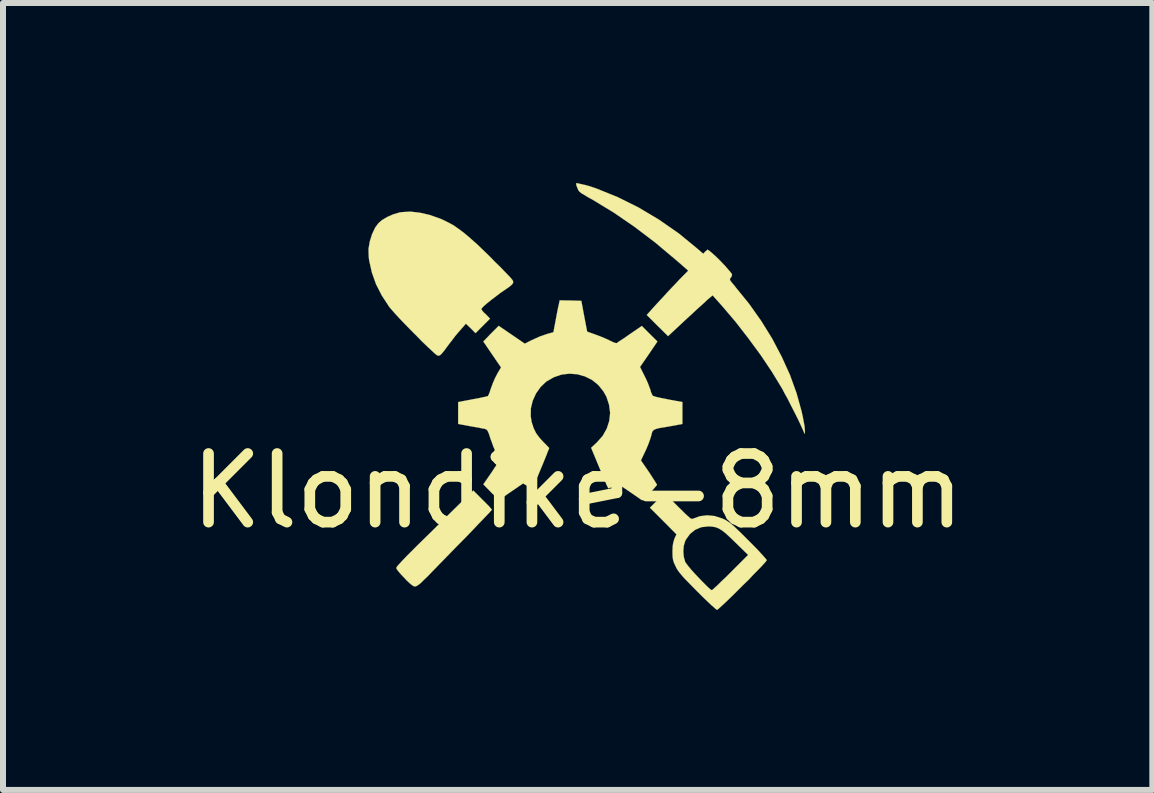
<source format=kicad_pcb>
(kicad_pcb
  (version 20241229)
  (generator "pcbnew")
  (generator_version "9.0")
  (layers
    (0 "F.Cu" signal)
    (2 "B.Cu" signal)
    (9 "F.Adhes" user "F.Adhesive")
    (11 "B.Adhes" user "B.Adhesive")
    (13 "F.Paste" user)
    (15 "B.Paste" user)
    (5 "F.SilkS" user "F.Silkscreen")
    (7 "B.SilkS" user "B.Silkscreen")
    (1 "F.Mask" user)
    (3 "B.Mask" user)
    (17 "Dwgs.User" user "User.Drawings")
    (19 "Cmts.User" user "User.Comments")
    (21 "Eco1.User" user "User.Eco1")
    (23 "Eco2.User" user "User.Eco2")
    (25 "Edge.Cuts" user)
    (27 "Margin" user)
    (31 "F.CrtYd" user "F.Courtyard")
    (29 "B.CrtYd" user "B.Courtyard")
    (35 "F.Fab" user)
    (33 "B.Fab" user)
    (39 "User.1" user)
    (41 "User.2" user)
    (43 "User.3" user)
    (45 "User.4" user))
  (footprint "Klondike-8mm"
    (layer "F.Cu")
    (at 6.725 3.58)
    (property "Reference" "Klondike-8mm" (at -0.15 1.55 0) (layer "F.SilkS") (effects (font (size 1.143 1.143) (thickness 0.178))))
    (attr smd)
    (fp_poly (pts (xy -1.577 1.862) (xy -1.59 1.875) (xy -1.618 1.908) (xy -1.666 1.958) (xy -1.727 2.022) (xy -1.801 2.098) (xy -1.882 2.184) (xy -1.948 2.253) (xy -2.052 2.36) (xy -2.162 2.471) (xy -2.271 2.583) (xy -2.375 2.69) (xy -2.469 2.786) (xy -2.55 2.87) (xy -2.568 2.888) (xy -2.649 2.972) (xy -2.715 3.035) (xy -2.764 3.084) (xy -2.802 3.114) (xy -2.83 3.132) (xy -2.847 3.139) (xy -2.857 3.142) (xy -2.883 3.137) (xy -2.911 3.119) (xy -2.951 3.086) (xy -3.005 3.035) (xy -3.035 3.002) (xy -3.089 2.946) (xy -3.132 2.896) (xy -3.162 2.857) (xy -3.172 2.835) (xy -3.162 2.812) (xy -3.129 2.774) (xy -3.078 2.718) (xy -3.012 2.649) (xy -2.934 2.57) (xy -2.863 2.499) (xy -2.776 2.413) (xy -2.675 2.314) (xy -2.565 2.207) (xy -2.456 2.098) (xy -2.347 1.991) (xy -2.294 1.938) (xy -1.89 1.542) (xy -1.735 1.697) (xy -1.679 1.753) (xy -1.631 1.801) (xy -1.598 1.839) (xy -1.58 1.859) (xy -1.577 1.862)) (stroke (width 0.003) (type solid)) (fill yes) (layer "F.SilkS"))
    (fp_poly (pts (xy -1.224 -1.938) (xy -1.227 -1.915) (xy -1.242 -1.892) (xy -1.275 -1.862) (xy -1.328 -1.824) (xy -1.374 -1.793) (xy -1.443 -1.745) (xy -1.516 -1.689) (xy -1.59 -1.633) (xy -1.656 -1.58) (xy -1.709 -1.534) (xy -1.737 -1.506) (xy -1.75 -1.488) (xy -1.753 -1.473) (xy -1.737 -1.45) (xy -1.707 -1.417) (xy -1.687 -1.4) (xy -1.61 -1.321) (xy -1.73 -1.201) (xy -1.852 -1.079) (xy -1.93 -1.158) (xy -2.012 -1.237) (xy -2.09 -1.148) (xy -2.136 -1.095) (xy -2.192 -1.029) (xy -2.245 -0.958) (xy -2.266 -0.932) (xy -2.327 -0.851) (xy -2.37 -0.792) (xy -2.403 -0.752) (xy -2.428 -0.724) (xy -2.446 -0.711) (xy -2.461 -0.704) (xy -2.474 -0.704) (xy -2.494 -0.711) (xy -2.53 -0.739) (xy -2.581 -0.787) (xy -2.652 -0.853) (xy -2.743 -0.94) (xy -2.852 -1.052) (xy -2.86 -1.059) (xy -2.951 -1.151) (xy -3.038 -1.24) (xy -3.117 -1.323) (xy -3.188 -1.4) (xy -3.241 -1.46) (xy -3.279 -1.504) (xy -3.289 -1.516) (xy -3.414 -1.707) (xy -3.51 -1.895) (xy -3.579 -2.09) (xy -3.625 -2.294) (xy -3.632 -2.36) (xy -3.635 -2.482) (xy -3.614 -2.606) (xy -3.576 -2.728) (xy -3.523 -2.84) (xy -3.47 -2.911) (xy -3.409 -2.964) (xy -3.322 -3.015) (xy -3.226 -3.058) (xy -3.122 -3.089) (xy -3.076 -3.096) (xy -2.936 -3.104) (xy -2.779 -3.086) (xy -2.614 -3.048) (xy -2.441 -2.987) (xy -2.385 -2.962) (xy -2.301 -2.921) (xy -2.217 -2.875) (xy -2.134 -2.817) (xy -2.042 -2.748) (xy -1.943 -2.664) (xy -1.831 -2.565) (xy -1.707 -2.446) (xy -1.615 -2.357) (xy -1.529 -2.268) (xy -1.445 -2.187) (xy -1.374 -2.113) (xy -1.313 -2.05) (xy -1.267 -2.002) (xy -1.242 -1.971) (xy -1.234 -1.961) (xy -1.224 -1.938)) (stroke (width 0.003) (type solid)) (fill yes) (layer "F.SilkS"))
    (fp_poly (pts (xy 3.637 0.569) (xy 3.632 0.594) (xy 3.627 0.597) (xy 3.627 0.594) (xy 3.619 0.569) (xy 3.599 0.523) (xy 3.569 0.457) (xy 3.531 0.376) (xy 3.487 0.287) (xy 3.439 0.193) (xy 3.391 0.099) (xy 3.345 0.008) (xy 3.299 -0.074) (xy 3.264 -0.142) (xy 3.249 -0.168) (xy 3.084 -0.439) (xy 2.896 -0.719) (xy 2.692 -0.996) (xy 2.482 -1.267) (xy 2.266 -1.521) (xy 2.189 -1.608) (xy 2.098 -1.709) (xy 2.045 -1.664) (xy 2.017 -1.641) (xy 1.974 -1.6) (xy 1.913 -1.544) (xy 1.839 -1.478) (xy 1.758 -1.402) (xy 1.671 -1.323) (xy 1.356 -1.029) (xy 1.179 -1.204) (xy 1.001 -1.382) (xy 1.044 -1.43) (xy 1.069 -1.458) (xy 1.11 -1.504) (xy 1.163 -1.562) (xy 1.224 -1.628) (xy 1.265 -1.671) (xy 1.336 -1.75) (xy 1.412 -1.831) (xy 1.486 -1.908) (xy 1.547 -1.974) (xy 1.567 -1.994) (xy 1.692 -2.121) (xy 1.491 -2.296) (xy 1.146 -2.586) (xy 0.798 -2.85) (xy 0.45 -3.089) (xy 0.091 -3.307) (xy 0.03 -3.34) (xy -0.038 -3.381) (xy -0.086 -3.409) (xy -0.117 -3.434) (xy -0.137 -3.457) (xy -0.15 -3.487) (xy -0.157 -3.505) (xy -0.173 -3.546) (xy -0.175 -3.574) (xy -0.173 -3.579) (xy -0.14 -3.574) (xy -0.086 -3.561) (xy -0.018 -3.546) (xy 0.053 -3.526) (xy 0.122 -3.503) (xy 0.16 -3.49) (xy 0.518 -3.345) (xy 0.866 -3.172) (xy 1.206 -2.969) (xy 1.534 -2.741) (xy 1.826 -2.502) (xy 1.941 -2.403) (xy 1.976 -2.438) (xy 2.014 -2.471) (xy 2.057 -2.441) (xy 2.093 -2.41) (xy 2.141 -2.367) (xy 2.197 -2.314) (xy 2.253 -2.256) (xy 2.309 -2.197) (xy 2.357 -2.141) (xy 2.395 -2.098) (xy 2.418 -2.065) (xy 2.423 -2.055) (xy 2.413 -2.019) (xy 2.398 -1.999) (xy 2.388 -1.986) (xy 2.388 -1.968) (xy 2.398 -1.948) (xy 2.426 -1.913) (xy 2.469 -1.862) (xy 2.484 -1.841) (xy 2.705 -1.57) (xy 2.908 -1.283) (xy 3.091 -0.988) (xy 3.251 -0.683) (xy 3.388 -0.381) (xy 3.498 -0.076) (xy 3.581 0.224) (xy 3.602 0.32) (xy 3.617 0.401) (xy 3.63 0.472) (xy 3.635 0.531) (xy 3.637 0.566) (xy 3.637 0.569)) (stroke (width 0.003) (type solid)) (fill yes) (layer "F.SilkS"))
    (fp_poly (pts (xy 3 2.705) (xy 2.99 2.72) (xy 2.959 2.756) (xy 2.913 2.807) (xy 2.852 2.87) (xy 2.781 2.941) (xy 2.705 3.023) (xy 2.69 3.038) (xy 2.69 2.616) (xy 2.479 2.41) (xy 2.39 2.324) (xy 2.319 2.258) (xy 2.258 2.21) (xy 2.205 2.177) (xy 2.154 2.156) (xy 2.103 2.146) (xy 2.047 2.141) (xy 2.024 2.141) (xy 1.91 2.154) (xy 1.808 2.197) (xy 1.722 2.266) (xy 1.656 2.357) (xy 1.641 2.385) (xy 1.618 2.464) (xy 1.61 2.558) (xy 1.618 2.649) (xy 1.641 2.731) (xy 1.659 2.758) (xy 1.694 2.804) (xy 1.74 2.86) (xy 1.798 2.924) (xy 1.857 2.987) (xy 1.918 3.051) (xy 1.976 3.109) (xy 2.024 3.157) (xy 2.062 3.19) (xy 2.083 3.203) (xy 2.085 3.203) (xy 2.101 3.193) (xy 2.134 3.162) (xy 2.184 3.117) (xy 2.245 3.056) (xy 2.319 2.987) (xy 2.395 2.911) (xy 2.69 2.616) (xy 2.69 3.038) (xy 2.621 3.104) (xy 2.537 3.188) (xy 2.456 3.269) (xy 2.38 3.343) (xy 2.309 3.411) (xy 2.25 3.465) (xy 2.207 3.505) (xy 2.179 3.528) (xy 2.172 3.531) (xy 2.154 3.52) (xy 2.121 3.49) (xy 2.068 3.444) (xy 2.004 3.383) (xy 1.93 3.312) (xy 1.849 3.231) (xy 1.841 3.223) (xy 1.748 3.129) (xy 1.674 3.053) (xy 1.615 2.992) (xy 1.572 2.941) (xy 1.539 2.901) (xy 1.514 2.865) (xy 1.494 2.832) (xy 1.481 2.804) (xy 1.455 2.748) (xy 1.44 2.703) (xy 1.433 2.654) (xy 1.43 2.593) (xy 1.43 2.555) (xy 1.433 2.471) (xy 1.443 2.41) (xy 1.458 2.36) (xy 1.463 2.344) (xy 1.496 2.273) (xy 1.275 2.05) (xy 1.054 1.829) (xy 1.176 1.707) (xy 1.298 1.587) (xy 1.519 1.808) (xy 1.595 1.882) (xy 1.651 1.938) (xy 1.694 1.976) (xy 1.722 2.002) (xy 1.745 2.014) (xy 1.76 2.017) (xy 1.773 2.012) (xy 1.781 2.009) (xy 1.887 1.971) (xy 2.007 1.956) (xy 2.131 1.968) (xy 2.253 2.007) (xy 2.289 2.022) (xy 2.327 2.042) (xy 2.362 2.065) (xy 2.4 2.093) (xy 2.446 2.131) (xy 2.499 2.182) (xy 2.568 2.248) (xy 2.652 2.332) (xy 2.7 2.38) (xy 2.779 2.459) (xy 2.85 2.532) (xy 2.911 2.598) (xy 2.957 2.649) (xy 2.99 2.687) (xy 3 2.703) (xy 3 2.705)) (stroke (width 0.003) (type solid)) (fill yes) (layer "F.SilkS"))
    (fp_poly (pts (xy 1.595 0.434) (xy 1.402 0.47) (xy 1.3 0.488) (xy 1.224 0.5) (xy 1.168 0.513) (xy 1.133 0.526) (xy 1.11 0.541) (xy 1.095 0.561) (xy 1.085 0.589) (xy 1.077 0.625) (xy 1.074 0.635) (xy 1.054 0.699) (xy 1.026 0.775) (xy 0.993 0.853) (xy 0.975 0.892) (xy 0.904 1.041) (xy 1.039 1.237) (xy 1.085 1.308) (xy 1.123 1.367) (xy 1.153 1.415) (xy 1.171 1.443) (xy 1.171 1.448) (xy 1.161 1.463) (xy 1.133 1.496) (xy 1.092 1.542) (xy 1.049 1.585) (xy 0.925 1.707) (xy 0.719 1.565) (xy 0.513 1.425) (xy 0.442 1.471) (xy 0.399 1.494) (xy 0.368 1.504) (xy 0.358 1.504) (xy 0.351 1.486) (xy 0.33 1.445) (xy 0.305 1.382) (xy 0.272 1.303) (xy 0.234 1.214) (xy 0.211 1.161) (xy 0.074 0.831) (xy 0.17 0.742) (xy 0.267 0.632) (xy 0.335 0.511) (xy 0.376 0.384) (xy 0.391 0.249) (xy 0.373 0.114) (xy 0.33 -0.018) (xy 0.279 -0.109) (xy 0.193 -0.216) (xy 0.089 -0.3) (xy -0.028 -0.358) (xy -0.155 -0.394) (xy -0.287 -0.404) (xy -0.417 -0.389) (xy -0.546 -0.345) (xy -0.665 -0.277) (xy -0.668 -0.277) (xy -0.765 -0.185) (xy -0.843 -0.076) (xy -0.899 0.046) (xy -0.93 0.175) (xy -0.932 0.307) (xy -0.917 0.401) (xy -0.884 0.503) (xy -0.843 0.587) (xy -0.785 0.665) (xy -0.724 0.732) (xy -0.681 0.775) (xy -0.648 0.81) (xy -0.627 0.831) (xy -0.625 0.836) (xy -0.63 0.853) (xy -0.648 0.894) (xy -0.671 0.955) (xy -0.701 1.029) (xy -0.734 1.11) (xy -0.77 1.196) (xy -0.805 1.28) (xy -0.838 1.356) (xy -0.866 1.422) (xy -0.889 1.471) (xy -0.902 1.499) (xy -0.902 1.504) (xy -0.922 1.501) (xy -0.958 1.486) (xy -0.986 1.468) (xy -1.059 1.425) (xy -1.26 1.562) (xy -1.463 1.702) (xy -1.593 1.572) (xy -1.722 1.44) (xy -1.587 1.245) (xy -1.542 1.176) (xy -1.501 1.115) (xy -1.471 1.067) (xy -1.455 1.039) (xy -1.453 1.034) (xy -1.46 1.011) (xy -1.481 0.97) (xy -1.499 0.932) (xy -1.524 0.881) (xy -1.554 0.813) (xy -1.582 0.734) (xy -1.6 0.688) (xy -1.623 0.615) (xy -1.641 0.569) (xy -1.656 0.541) (xy -1.671 0.526) (xy -1.692 0.518) (xy -1.704 0.513) (xy -1.742 0.508) (xy -1.801 0.495) (xy -1.872 0.483) (xy -1.948 0.47) (xy -2.141 0.434) (xy -2.141 0.251) (xy -2.141 0.069) (xy -1.9 0.023) (xy -1.816 0.008) (xy -1.742 -0.008) (xy -1.687 -0.02) (xy -1.654 -0.028) (xy -1.646 -0.03) (xy -1.636 -0.048) (xy -1.618 -0.089) (xy -1.6 -0.145) (xy -1.59 -0.173) (xy -1.562 -0.249) (xy -1.527 -0.33) (xy -1.491 -0.399) (xy -1.488 -0.406) (xy -1.427 -0.508) (xy -1.575 -0.724) (xy -1.722 -0.94) (xy -1.595 -1.072) (xy -1.466 -1.201) (xy -1.247 -1.052) (xy -1.031 -0.904) (xy -0.925 -0.958) (xy -0.787 -1.021) (xy -0.655 -1.067) (xy -0.617 -1.077) (xy -0.554 -1.095) (xy -0.518 -1.285) (xy -0.503 -1.367) (xy -0.488 -1.445) (xy -0.475 -1.511) (xy -0.465 -1.552) (xy -0.45 -1.626) (xy -0.269 -1.623) (xy -0.089 -1.618) (xy -0.041 -1.361) (xy 0.008 -1.105) (xy 0.15 -1.054) (xy 0.226 -1.026) (xy 0.305 -0.993) (xy 0.371 -0.963) (xy 0.386 -0.955) (xy 0.445 -0.927) (xy 0.485 -0.914) (xy 0.503 -0.914) (xy 0.523 -0.93) (xy 0.561 -0.955) (xy 0.62 -0.993) (xy 0.686 -1.039) (xy 0.721 -1.064) (xy 0.919 -1.199) (xy 1.049 -1.069) (xy 1.179 -0.94) (xy 1.034 -0.726) (xy 0.889 -0.516) (xy 0.958 -0.378) (xy 0.993 -0.307) (xy 1.026 -0.231) (xy 1.049 -0.168) (xy 1.057 -0.15) (xy 1.072 -0.097) (xy 1.09 -0.056) (xy 1.1 -0.038) (xy 1.12 -0.028) (xy 1.166 -0.015) (xy 1.232 0) (xy 1.311 0.015) (xy 1.356 0.025) (xy 1.595 0.069) (xy 1.595 0.251) (xy 1.595 0.434)) (stroke (width 0.003) (type solid)) (fill yes) (layer "F.SilkS")))
  (gr_rect
    (start -3 -3)
    (end 16.15 10.112)
    (stroke (width 0.1) (type default))
    (fill no)
    (layer "Edge.Cuts")))
</source>
